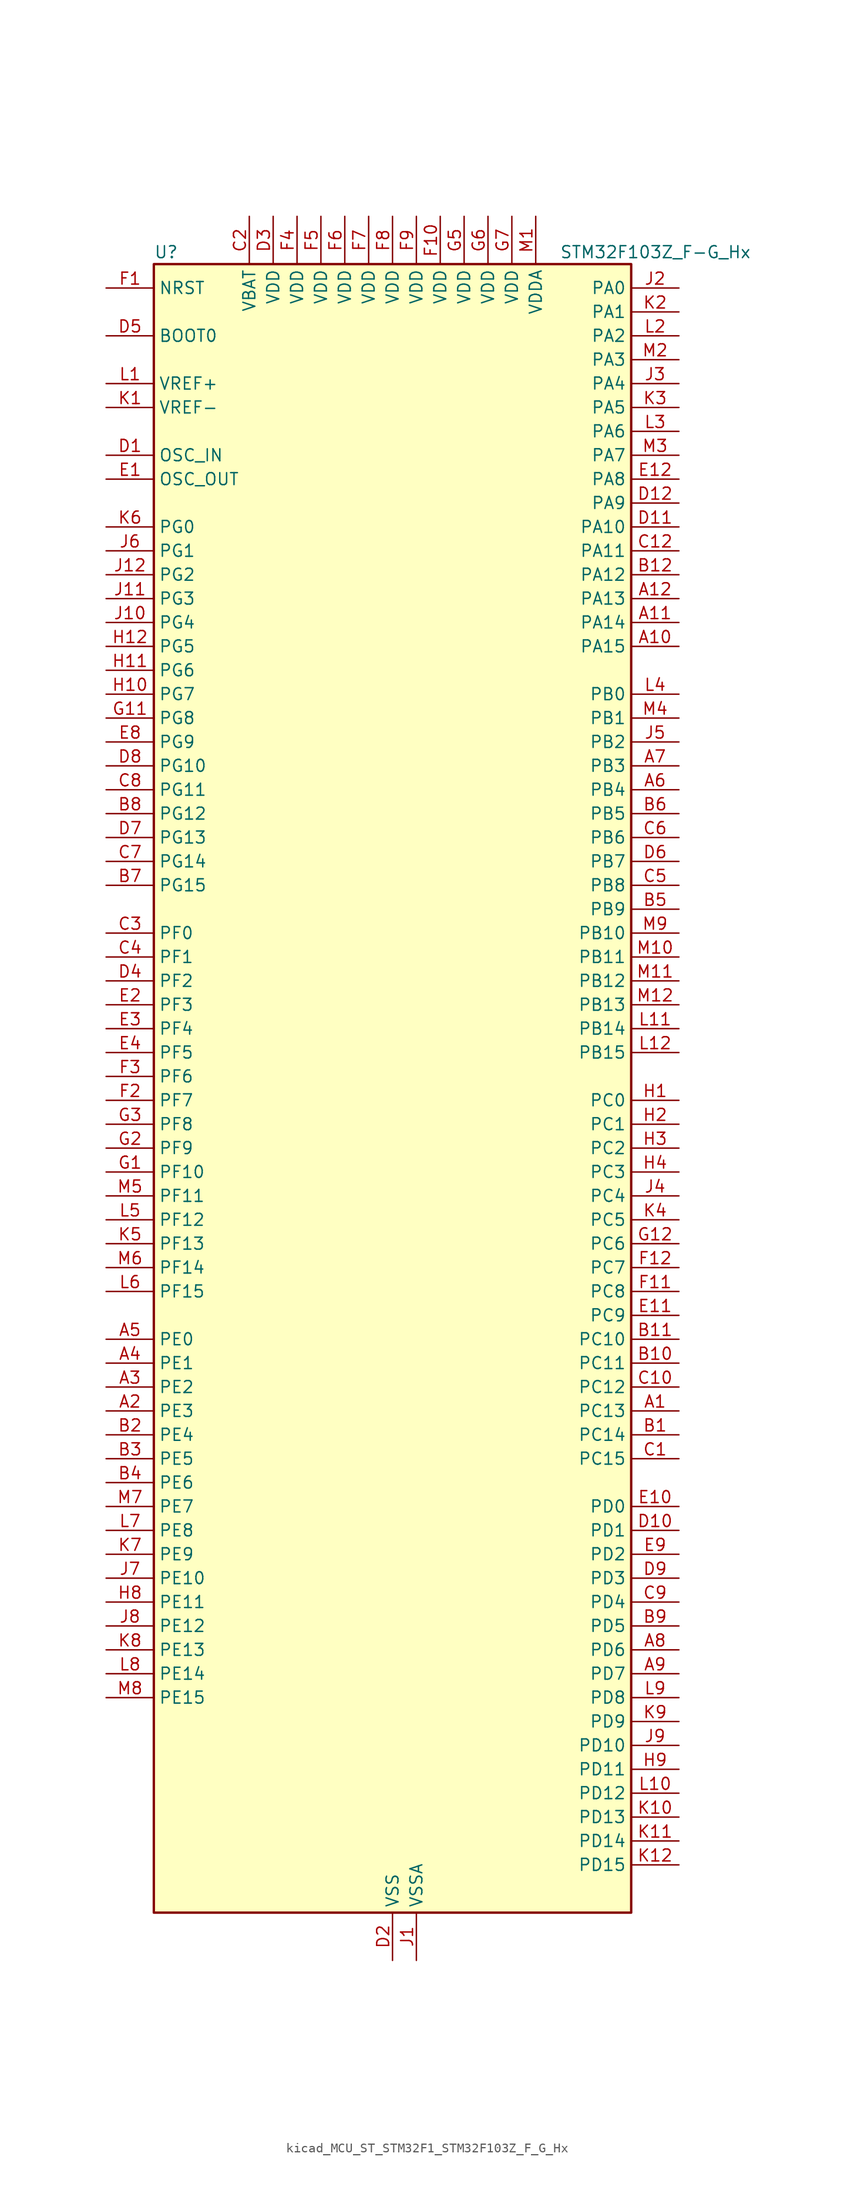
<source format=kicad_sym>
(kicad_symbol_lib
  (version 20220914)
  (generator kicad_symbol_editor)
  (symbol "kicad_MCU_ST_STM32F1_STM32F103Z_F_G_Hx"
    (property "Reference" "U"
      (at -25.4 90.17 0)
      (effects (font (size 1.27 1.27)) (justify left)))
    (property "Value" "STM32F103Z_F-G_Hx"
      (at 17.78 90.17 0)
      (effects (font (size 1.27 1.27)) (justify left)))
    (property "ki_locked" ""
      (at 0 0 0)
      (effects (font (size 1.27 1.27))))
    (symbol "kicad_MCU_ST_STM32F1_STM32F103Z_F_G_Hx_0_1"
      (rectangle (start -25.4 -86.36) (end 25.4 88.9) (stroke (width 0.254) (type default)) (fill (type background))))
    (symbol "kicad_MCU_ST_STM32F1_STM32F103Z_F_G_Hx_1_1"
      (pin bidirectional line (at 30.48 -33.02 180) (length 5.08) (name "PC13" (effects (font (size 1.27 1.27)))) (number "A1" (effects (font (size 1.27 1.27)))) (alternate "RTC_OUT" bidirectional line) (alternate "RTC_TAMPER" bidirectional line))
      (pin bidirectional line (at 30.48 48.26 180) (length 5.08) (name "PA15" (effects (font (size 1.27 1.27)))) (number "A10" (effects (font (size 1.27 1.27)))) (alternate "ADC1_EXTI15" bidirectional line) (alternate "ADC2_EXTI15" bidirectional line) (alternate "I2S3_WS" bidirectional line) (alternate "SPI1_NSS" bidirectional line) (alternate "SPI3_NSS" bidirectional line) (alternate "SYS_JTDI" bidirectional line) (alternate "TIM2_CH1" bidirectional line) (alternate "TIM2_ETR" bidirectional line))
      (pin bidirectional line (at 30.48 50.8 180) (length 5.08) (name "PA14" (effects (font (size 1.27 1.27)))) (number "A11" (effects (font (size 1.27 1.27)))) (alternate "SYS_JTCK-SWCLK" bidirectional line))
      (pin bidirectional line (at 30.48 53.34 180) (length 5.08) (name "PA13" (effects (font (size 1.27 1.27)))) (number "A12" (effects (font (size 1.27 1.27)))) (alternate "SYS_JTMS-SWDIO" bidirectional line))
      (pin bidirectional line (at -30.48 -33.02 0) (length 5.08) (name "PE3" (effects (font (size 1.27 1.27)))) (number "A2" (effects (font (size 1.27 1.27)))) (alternate "FSMC_A19" bidirectional line) (alternate "SYS_TRACED0" bidirectional line))
      (pin bidirectional line (at -30.48 -30.48 0) (length 5.08) (name "PE2" (effects (font (size 1.27 1.27)))) (number "A3" (effects (font (size 1.27 1.27)))) (alternate "FSMC_A23" bidirectional line) (alternate "SYS_TRACECLK" bidirectional line))
      (pin bidirectional line (at -30.48 -27.94 0) (length 5.08) (name "PE1" (effects (font (size 1.27 1.27)))) (number "A4" (effects (font (size 1.27 1.27)))) (alternate "FSMC_NBL1" bidirectional line))
      (pin bidirectional line (at -30.48 -25.4 0) (length 5.08) (name "PE0" (effects (font (size 1.27 1.27)))) (number "A5" (effects (font (size 1.27 1.27)))) (alternate "FSMC_NBL0" bidirectional line) (alternate "TIM4_ETR" bidirectional line))
      (pin bidirectional line (at 30.48 33.02 180) (length 5.08) (name "PB4" (effects (font (size 1.27 1.27)))) (number "A6" (effects (font (size 1.27 1.27)))) (alternate "SPI1_MISO" bidirectional line) (alternate "SPI3_MISO" bidirectional line) (alternate "SYS_NJTRST" bidirectional line) (alternate "TIM3_CH1" bidirectional line))
      (pin bidirectional line (at 30.48 35.56 180) (length 5.08) (name "PB3" (effects (font (size 1.27 1.27)))) (number "A7" (effects (font (size 1.27 1.27)))) (alternate "I2S3_CK" bidirectional line) (alternate "SPI1_SCK" bidirectional line) (alternate "SPI3_SCK" bidirectional line) (alternate "SYS_JTDO-TRACESWO" bidirectional line) (alternate "TIM2_CH2" bidirectional line))
      (pin bidirectional line (at 30.48 -58.42 180) (length 5.08) (name "PD6" (effects (font (size 1.27 1.27)))) (number "A8" (effects (font (size 1.27 1.27)))) (alternate "FSMC_NWAIT" bidirectional line) (alternate "USART2_RX" bidirectional line))
      (pin bidirectional line (at 30.48 -60.96 180) (length 5.08) (name "PD7" (effects (font (size 1.27 1.27)))) (number "A9" (effects (font (size 1.27 1.27)))) (alternate "FSMC_NCE2" bidirectional line) (alternate "FSMC_NE1" bidirectional line) (alternate "USART2_CK" bidirectional line))
      (pin bidirectional line (at 30.48 -35.56 180) (length 5.08) (name "PC14" (effects (font (size 1.27 1.27)))) (number "B1" (effects (font (size 1.27 1.27)))) (alternate "RCC_OSC32_IN" bidirectional line))
      (pin bidirectional line (at 30.48 -27.94 180) (length 5.08) (name "PC11" (effects (font (size 1.27 1.27)))) (number "B10" (effects (font (size 1.27 1.27)))) (alternate "ADC1_EXTI11" bidirectional line) (alternate "ADC2_EXTI11" bidirectional line) (alternate "SDIO_D3" bidirectional line) (alternate "UART4_RX" bidirectional line) (alternate "USART3_RX" bidirectional line))
      (pin bidirectional line (at 30.48 -25.4 180) (length 5.08) (name "PC10" (effects (font (size 1.27 1.27)))) (number "B11" (effects (font (size 1.27 1.27)))) (alternate "SDIO_D2" bidirectional line) (alternate "UART4_TX" bidirectional line) (alternate "USART3_TX" bidirectional line))
      (pin bidirectional line (at 30.48 55.88 180) (length 5.08) (name "PA12" (effects (font (size 1.27 1.27)))) (number "B12" (effects (font (size 1.27 1.27)))) (alternate "CAN_TX" bidirectional line) (alternate "TIM1_ETR" bidirectional line) (alternate "USART1_RTS" bidirectional line) (alternate "USB_DP" bidirectional line))
      (pin bidirectional line (at -30.48 -35.56 0) (length 5.08) (name "PE4" (effects (font (size 1.27 1.27)))) (number "B2" (effects (font (size 1.27 1.27)))) (alternate "FSMC_A20" bidirectional line) (alternate "SYS_TRACED1" bidirectional line))
      (pin bidirectional line (at -30.48 -38.1 0) (length 5.08) (name "PE5" (effects (font (size 1.27 1.27)))) (number "B3" (effects (font (size 1.27 1.27)))) (alternate "FSMC_A21" bidirectional line) (alternate "SYS_TRACED2" bidirectional line) (alternate "TIM9_CH1" bidirectional line))
      (pin bidirectional line (at -30.48 -40.64 0) (length 5.08) (name "PE6" (effects (font (size 1.27 1.27)))) (number "B4" (effects (font (size 1.27 1.27)))) (alternate "FSMC_A22" bidirectional line) (alternate "SYS_TRACED3" bidirectional line) (alternate "TIM9_CH2" bidirectional line))
      (pin bidirectional line (at 30.48 20.32 180) (length 5.08) (name "PB9" (effects (font (size 1.27 1.27)))) (number "B5" (effects (font (size 1.27 1.27)))) (alternate "CAN_TX" bidirectional line) (alternate "DAC_EXTI9" bidirectional line) (alternate "I2C1_SDA" bidirectional line) (alternate "SDIO_D5" bidirectional line) (alternate "TIM11_CH1" bidirectional line) (alternate "TIM4_CH4" bidirectional line))
      (pin bidirectional line (at 30.48 30.48 180) (length 5.08) (name "PB5" (effects (font (size 1.27 1.27)))) (number "B6" (effects (font (size 1.27 1.27)))) (alternate "I2C1_SMBA" bidirectional line) (alternate "I2S3_SD" bidirectional line) (alternate "SPI1_MOSI" bidirectional line) (alternate "SPI3_MOSI" bidirectional line) (alternate "TIM3_CH2" bidirectional line))
      (pin bidirectional line (at -30.48 22.86 0) (length 5.08) (name "PG15" (effects (font (size 1.27 1.27)))) (number "B7" (effects (font (size 1.27 1.27)))) (alternate "ADC1_EXTI15" bidirectional line) (alternate "ADC2_EXTI15" bidirectional line))
      (pin bidirectional line (at -30.48 30.48 0) (length 5.08) (name "PG12" (effects (font (size 1.27 1.27)))) (number "B8" (effects (font (size 1.27 1.27)))) (alternate "FSMC_NE4" bidirectional line))
      (pin bidirectional line (at 30.48 -55.88 180) (length 5.08) (name "PD5" (effects (font (size 1.27 1.27)))) (number "B9" (effects (font (size 1.27 1.27)))) (alternate "FSMC_NWE" bidirectional line) (alternate "USART2_TX" bidirectional line))
      (pin bidirectional line (at 30.48 -38.1 180) (length 5.08) (name "PC15" (effects (font (size 1.27 1.27)))) (number "C1" (effects (font (size 1.27 1.27)))) (alternate "ADC1_EXTI15" bidirectional line) (alternate "ADC2_EXTI15" bidirectional line) (alternate "RCC_OSC32_OUT" bidirectional line))
      (pin bidirectional line (at 30.48 -30.48 180) (length 5.08) (name "PC12" (effects (font (size 1.27 1.27)))) (number "C10" (effects (font (size 1.27 1.27)))) (alternate "SDIO_CK" bidirectional line) (alternate "UART5_TX" bidirectional line) (alternate "USART3_CK" bidirectional line))
      (pin no_connect line (at -25.4 -86.36 0) (length 5.08) hide (name "NC" (effects (font (size 1.27 1.27)))) (number "C11" (effects (font (size 1.27 1.27)))))
      (pin bidirectional line (at 30.48 58.42 180) (length 5.08) (name "PA11" (effects (font (size 1.27 1.27)))) (number "C12" (effects (font (size 1.27 1.27)))) (alternate "ADC1_EXTI11" bidirectional line) (alternate "ADC2_EXTI11" bidirectional line) (alternate "CAN_RX" bidirectional line) (alternate "TIM1_CH4" bidirectional line) (alternate "USART1_CTS" bidirectional line) (alternate "USB_DM" bidirectional line))
      (pin power_in line (at -15.24 93.98 270) (length 5.08) (name "VBAT" (effects (font (size 1.27 1.27)))) (number "C2" (effects (font (size 1.27 1.27)))))
      (pin bidirectional line (at -30.48 17.78 0) (length 5.08) (name "PF0" (effects (font (size 1.27 1.27)))) (number "C3" (effects (font (size 1.27 1.27)))) (alternate "FSMC_A0" bidirectional line))
      (pin bidirectional line (at -30.48 15.24 0) (length 5.08) (name "PF1" (effects (font (size 1.27 1.27)))) (number "C4" (effects (font (size 1.27 1.27)))) (alternate "FSMC_A1" bidirectional line))
      (pin bidirectional line (at 30.48 22.86 180) (length 5.08) (name "PB8" (effects (font (size 1.27 1.27)))) (number "C5" (effects (font (size 1.27 1.27)))) (alternate "CAN_RX" bidirectional line) (alternate "I2C1_SCL" bidirectional line) (alternate "SDIO_D4" bidirectional line) (alternate "TIM10_CH1" bidirectional line) (alternate "TIM4_CH3" bidirectional line))
      (pin bidirectional line (at 30.48 27.94 180) (length 5.08) (name "PB6" (effects (font (size 1.27 1.27)))) (number "C6" (effects (font (size 1.27 1.27)))) (alternate "I2C1_SCL" bidirectional line) (alternate "TIM4_CH1" bidirectional line) (alternate "USART1_TX" bidirectional line))
      (pin bidirectional line (at -30.48 25.4 0) (length 5.08) (name "PG14" (effects (font (size 1.27 1.27)))) (number "C7" (effects (font (size 1.27 1.27)))) (alternate "FSMC_A25" bidirectional line))
      (pin bidirectional line (at -30.48 33.02 0) (length 5.08) (name "PG11" (effects (font (size 1.27 1.27)))) (number "C8" (effects (font (size 1.27 1.27)))) (alternate "ADC1_EXTI11" bidirectional line) (alternate "ADC2_EXTI11" bidirectional line) (alternate "FSMC_NCE4_2" bidirectional line))
      (pin bidirectional line (at 30.48 -53.34 180) (length 5.08) (name "PD4" (effects (font (size 1.27 1.27)))) (number "C9" (effects (font (size 1.27 1.27)))) (alternate "FSMC_NOE" bidirectional line) (alternate "USART2_RTS" bidirectional line))
      (pin input line (at -30.48 68.58 0) (length 5.08) (name "OSC_IN" (effects (font (size 1.27 1.27)))) (number "D1" (effects (font (size 1.27 1.27)))) (alternate "RCC_OSC_IN" bidirectional line))
      (pin bidirectional line (at 30.48 -45.72 180) (length 5.08) (name "PD1" (effects (font (size 1.27 1.27)))) (number "D10" (effects (font (size 1.27 1.27)))) (alternate "CAN_TX" bidirectional line) (alternate "FSMC_D3" bidirectional line) (alternate "FSMC_DA3" bidirectional line))
      (pin bidirectional line (at 30.48 60.96 180) (length 5.08) (name "PA10" (effects (font (size 1.27 1.27)))) (number "D11" (effects (font (size 1.27 1.27)))) (alternate "TIM1_CH3" bidirectional line) (alternate "USART1_RX" bidirectional line))
      (pin bidirectional line (at 30.48 63.5 180) (length 5.08) (name "PA9" (effects (font (size 1.27 1.27)))) (number "D12" (effects (font (size 1.27 1.27)))) (alternate "DAC_EXTI9" bidirectional line) (alternate "TIM1_CH2" bidirectional line) (alternate "USART1_TX" bidirectional line))
      (pin power_in line (at 0 -91.44 90) (length 5.08) (name "VSS" (effects (font (size 1.27 1.27)))) (number "D2" (effects (font (size 1.27 1.27)))))
      (pin power_in line (at -12.7 93.98 270) (length 5.08) (name "VDD" (effects (font (size 1.27 1.27)))) (number "D3" (effects (font (size 1.27 1.27)))))
      (pin bidirectional line (at -30.48 12.7 0) (length 5.08) (name "PF2" (effects (font (size 1.27 1.27)))) (number "D4" (effects (font (size 1.27 1.27)))) (alternate "FSMC_A2" bidirectional line))
      (pin input line (at -30.48 81.28 0) (length 5.08) (name "BOOT0" (effects (font (size 1.27 1.27)))) (number "D5" (effects (font (size 1.27 1.27)))))
      (pin bidirectional line (at 30.48 25.4 180) (length 5.08) (name "PB7" (effects (font (size 1.27 1.27)))) (number "D6" (effects (font (size 1.27 1.27)))) (alternate "FSMC_NL" bidirectional line) (alternate "I2C1_SDA" bidirectional line) (alternate "TIM4_CH2" bidirectional line) (alternate "USART1_RX" bidirectional line))
      (pin bidirectional line (at -30.48 27.94 0) (length 5.08) (name "PG13" (effects (font (size 1.27 1.27)))) (number "D7" (effects (font (size 1.27 1.27)))) (alternate "FSMC_A24" bidirectional line))
      (pin bidirectional line (at -30.48 35.56 0) (length 5.08) (name "PG10" (effects (font (size 1.27 1.27)))) (number "D8" (effects (font (size 1.27 1.27)))) (alternate "FSMC_NCE4_1" bidirectional line) (alternate "FSMC_NE3" bidirectional line))
      (pin bidirectional line (at 30.48 -50.8 180) (length 5.08) (name "PD3" (effects (font (size 1.27 1.27)))) (number "D9" (effects (font (size 1.27 1.27)))) (alternate "FSMC_CLK" bidirectional line) (alternate "USART2_CTS" bidirectional line))
      (pin input line (at -30.48 66.04 0) (length 5.08) (name "OSC_OUT" (effects (font (size 1.27 1.27)))) (number "E1" (effects (font (size 1.27 1.27)))) (alternate "RCC_OSC_OUT" bidirectional line))
      (pin bidirectional line (at 30.48 -43.18 180) (length 5.08) (name "PD0" (effects (font (size 1.27 1.27)))) (number "E10" (effects (font (size 1.27 1.27)))) (alternate "CAN_RX" bidirectional line) (alternate "FSMC_D2" bidirectional line) (alternate "FSMC_DA2" bidirectional line))
      (pin bidirectional line (at 30.48 -22.86 180) (length 5.08) (name "PC9" (effects (font (size 1.27 1.27)))) (number "E11" (effects (font (size 1.27 1.27)))) (alternate "DAC_EXTI9" bidirectional line) (alternate "SDIO_D1" bidirectional line) (alternate "TIM3_CH4" bidirectional line) (alternate "TIM8_CH4" bidirectional line))
      (pin bidirectional line (at 30.48 66.04 180) (length 5.08) (name "PA8" (effects (font (size 1.27 1.27)))) (number "E12" (effects (font (size 1.27 1.27)))) (alternate "RCC_MCO" bidirectional line) (alternate "TIM1_CH1" bidirectional line) (alternate "USART1_CK" bidirectional line))
      (pin bidirectional line (at -30.48 10.16 0) (length 5.08) (name "PF3" (effects (font (size 1.27 1.27)))) (number "E2" (effects (font (size 1.27 1.27)))) (alternate "FSMC_A3" bidirectional line))
      (pin bidirectional line (at -30.48 7.62 0) (length 5.08) (name "PF4" (effects (font (size 1.27 1.27)))) (number "E3" (effects (font (size 1.27 1.27)))) (alternate "FSMC_A4" bidirectional line))
      (pin bidirectional line (at -30.48 5.08 0) (length 5.08) (name "PF5" (effects (font (size 1.27 1.27)))) (number "E4" (effects (font (size 1.27 1.27)))) (alternate "FSMC_A5" bidirectional line))
      (pin passive line (at 0 -91.44 90) (length 5.08) hide (name "VSS" (effects (font (size 1.27 1.27)))) (number "E5" (effects (font (size 1.27 1.27)))))
      (pin passive line (at 0 -91.44 90) (length 5.08) hide (name "VSS" (effects (font (size 1.27 1.27)))) (number "E6" (effects (font (size 1.27 1.27)))))
      (pin passive line (at 0 -91.44 90) (length 5.08) hide (name "VSS" (effects (font (size 1.27 1.27)))) (number "E7" (effects (font (size 1.27 1.27)))))
      (pin bidirectional line (at -30.48 38.1 0) (length 5.08) (name "PG9" (effects (font (size 1.27 1.27)))) (number "E8" (effects (font (size 1.27 1.27)))) (alternate "DAC_EXTI9" bidirectional line) (alternate "FSMC_NCE3" bidirectional line) (alternate "FSMC_NE2" bidirectional line))
      (pin bidirectional line (at 30.48 -48.26 180) (length 5.08) (name "PD2" (effects (font (size 1.27 1.27)))) (number "E9" (effects (font (size 1.27 1.27)))) (alternate "SDIO_CMD" bidirectional line) (alternate "TIM3_ETR" bidirectional line) (alternate "UART5_RX" bidirectional line))
      (pin input line (at -30.48 86.36 0) (length 5.08) (name "NRST" (effects (font (size 1.27 1.27)))) (number "F1" (effects (font (size 1.27 1.27)))))
      (pin power_in line (at 5.08 93.98 270) (length 5.08) (name "VDD" (effects (font (size 1.27 1.27)))) (number "F10" (effects (font (size 1.27 1.27)))))
      (pin bidirectional line (at 30.48 -20.32 180) (length 5.08) (name "PC8" (effects (font (size 1.27 1.27)))) (number "F11" (effects (font (size 1.27 1.27)))) (alternate "SDIO_D0" bidirectional line) (alternate "TIM3_CH3" bidirectional line) (alternate "TIM8_CH3" bidirectional line))
      (pin bidirectional line (at 30.48 -17.78 180) (length 5.08) (name "PC7" (effects (font (size 1.27 1.27)))) (number "F12" (effects (font (size 1.27 1.27)))) (alternate "I2S3_MCK" bidirectional line) (alternate "SDIO_D7" bidirectional line) (alternate "TIM3_CH2" bidirectional line) (alternate "TIM8_CH2" bidirectional line))
      (pin bidirectional line (at -30.48 0 0) (length 5.08) (name "PF7" (effects (font (size 1.27 1.27)))) (number "F2" (effects (font (size 1.27 1.27)))) (alternate "ADC3_IN5" bidirectional line) (alternate "FSMC_NREG" bidirectional line) (alternate "TIM11_CH1" bidirectional line))
      (pin bidirectional line (at -30.48 2.54 0) (length 5.08) (name "PF6" (effects (font (size 1.27 1.27)))) (number "F3" (effects (font (size 1.27 1.27)))) (alternate "ADC3_IN4" bidirectional line) (alternate "FSMC_NIORD" bidirectional line) (alternate "TIM10_CH1" bidirectional line))
      (pin power_in line (at -10.16 93.98 270) (length 5.08) (name "VDD" (effects (font (size 1.27 1.27)))) (number "F4" (effects (font (size 1.27 1.27)))))
      (pin power_in line (at -7.62 93.98 270) (length 5.08) (name "VDD" (effects (font (size 1.27 1.27)))) (number "F5" (effects (font (size 1.27 1.27)))))
      (pin power_in line (at -5.08 93.98 270) (length 5.08) (name "VDD" (effects (font (size 1.27 1.27)))) (number "F6" (effects (font (size 1.27 1.27)))))
      (pin power_in line (at -2.54 93.98 270) (length 5.08) (name "VDD" (effects (font (size 1.27 1.27)))) (number "F7" (effects (font (size 1.27 1.27)))))
      (pin power_in line (at 0 93.98 270) (length 5.08) (name "VDD" (effects (font (size 1.27 1.27)))) (number "F8" (effects (font (size 1.27 1.27)))))
      (pin power_in line (at 2.54 93.98 270) (length 5.08) (name "VDD" (effects (font (size 1.27 1.27)))) (number "F9" (effects (font (size 1.27 1.27)))))
      (pin bidirectional line (at -30.48 -7.62 0) (length 5.08) (name "PF10" (effects (font (size 1.27 1.27)))) (number "G1" (effects (font (size 1.27 1.27)))) (alternate "ADC3_IN8" bidirectional line) (alternate "FSMC_INTR" bidirectional line))
      (pin passive line (at 0 -91.44 90) (length 5.08) hide (name "VSS" (effects (font (size 1.27 1.27)))) (number "G10" (effects (font (size 1.27 1.27)))))
      (pin bidirectional line (at -30.48 40.64 0) (length 5.08) (name "PG8" (effects (font (size 1.27 1.27)))) (number "G11" (effects (font (size 1.27 1.27)))))
      (pin bidirectional line (at 30.48 -15.24 180) (length 5.08) (name "PC6" (effects (font (size 1.27 1.27)))) (number "G12" (effects (font (size 1.27 1.27)))) (alternate "I2S2_MCK" bidirectional line) (alternate "SDIO_D6" bidirectional line) (alternate "TIM3_CH1" bidirectional line) (alternate "TIM8_CH1" bidirectional line))
      (pin bidirectional line (at -30.48 -5.08 0) (length 5.08) (name "PF9" (effects (font (size 1.27 1.27)))) (number "G2" (effects (font (size 1.27 1.27)))) (alternate "ADC3_IN7" bidirectional line) (alternate "DAC_EXTI9" bidirectional line) (alternate "FSMC_CD" bidirectional line) (alternate "TIM14_CH1" bidirectional line))
      (pin bidirectional line (at -30.48 -2.54 0) (length 5.08) (name "PF8" (effects (font (size 1.27 1.27)))) (number "G3" (effects (font (size 1.27 1.27)))) (alternate "ADC3_IN6" bidirectional line) (alternate "FSMC_NIOWR" bidirectional line) (alternate "TIM13_CH1" bidirectional line))
      (pin passive line (at 0 -91.44 90) (length 5.08) hide (name "VSS" (effects (font (size 1.27 1.27)))) (number "G4" (effects (font (size 1.27 1.27)))))
      (pin power_in line (at 7.62 93.98 270) (length 5.08) (name "VDD" (effects (font (size 1.27 1.27)))) (number "G5" (effects (font (size 1.27 1.27)))))
      (pin power_in line (at 10.16 93.98 270) (length 5.08) (name "VDD" (effects (font (size 1.27 1.27)))) (number "G6" (effects (font (size 1.27 1.27)))))
      (pin power_in line (at 12.7 93.98 270) (length 5.08) (name "VDD" (effects (font (size 1.27 1.27)))) (number "G7" (effects (font (size 1.27 1.27)))))
      (pin passive line (at 0 -91.44 90) (length 5.08) hide (name "VSS" (effects (font (size 1.27 1.27)))) (number "G8" (effects (font (size 1.27 1.27)))))
      (pin passive line (at 0 -91.44 90) (length 5.08) hide (name "VSS" (effects (font (size 1.27 1.27)))) (number "G9" (effects (font (size 1.27 1.27)))))
      (pin bidirectional line (at 30.48 0 180) (length 5.08) (name "PC0" (effects (font (size 1.27 1.27)))) (number "H1" (effects (font (size 1.27 1.27)))) (alternate "ADC1_IN10" bidirectional line) (alternate "ADC2_IN10" bidirectional line) (alternate "ADC3_IN10" bidirectional line))
      (pin bidirectional line (at -30.48 43.18 0) (length 5.08) (name "PG7" (effects (font (size 1.27 1.27)))) (number "H10" (effects (font (size 1.27 1.27)))) (alternate "FSMC_INT3" bidirectional line))
      (pin bidirectional line (at -30.48 45.72 0) (length 5.08) (name "PG6" (effects (font (size 1.27 1.27)))) (number "H11" (effects (font (size 1.27 1.27)))) (alternate "FSMC_INT2" bidirectional line))
      (pin bidirectional line (at -30.48 48.26 0) (length 5.08) (name "PG5" (effects (font (size 1.27 1.27)))) (number "H12" (effects (font (size 1.27 1.27)))) (alternate "FSMC_A15" bidirectional line))
      (pin bidirectional line (at 30.48 -2.54 180) (length 5.08) (name "PC1" (effects (font (size 1.27 1.27)))) (number "H2" (effects (font (size 1.27 1.27)))) (alternate "ADC1_IN11" bidirectional line) (alternate "ADC2_IN11" bidirectional line) (alternate "ADC3_IN11" bidirectional line))
      (pin bidirectional line (at 30.48 -5.08 180) (length 5.08) (name "PC2" (effects (font (size 1.27 1.27)))) (number "H3" (effects (font (size 1.27 1.27)))) (alternate "ADC1_IN12" bidirectional line) (alternate "ADC2_IN12" bidirectional line) (alternate "ADC3_IN12" bidirectional line))
      (pin bidirectional line (at 30.48 -7.62 180) (length 5.08) (name "PC3" (effects (font (size 1.27 1.27)))) (number "H4" (effects (font (size 1.27 1.27)))) (alternate "ADC1_IN13" bidirectional line) (alternate "ADC2_IN13" bidirectional line) (alternate "ADC3_IN13" bidirectional line))
      (pin passive line (at 0 -91.44 90) (length 5.08) hide (name "VSS" (effects (font (size 1.27 1.27)))) (number "H5" (effects (font (size 1.27 1.27)))))
      (pin passive line (at 0 -91.44 90) (length 5.08) hide (name "VSS" (effects (font (size 1.27 1.27)))) (number "H6" (effects (font (size 1.27 1.27)))))
      (pin passive line (at 0 -91.44 90) (length 5.08) hide (name "VSS" (effects (font (size 1.27 1.27)))) (number "H7" (effects (font (size 1.27 1.27)))))
      (pin bidirectional line (at -30.48 -53.34 0) (length 5.08) (name "PE11" (effects (font (size 1.27 1.27)))) (number "H8" (effects (font (size 1.27 1.27)))) (alternate "ADC1_EXTI11" bidirectional line) (alternate "ADC2_EXTI11" bidirectional line) (alternate "FSMC_D8" bidirectional line) (alternate "FSMC_DA8" bidirectional line) (alternate "TIM1_CH2" bidirectional line))
      (pin bidirectional line (at 30.48 -71.12 180) (length 5.08) (name "PD11" (effects (font (size 1.27 1.27)))) (number "H9" (effects (font (size 1.27 1.27)))) (alternate "ADC1_EXTI11" bidirectional line) (alternate "ADC2_EXTI11" bidirectional line) (alternate "FSMC_A16" bidirectional line) (alternate "FSMC_CLE" bidirectional line) (alternate "USART3_CTS" bidirectional line))
      (pin power_in line (at 2.54 -91.44 90) (length 5.08) (name "VSSA" (effects (font (size 1.27 1.27)))) (number "J1" (effects (font (size 1.27 1.27)))))
      (pin bidirectional line (at -30.48 50.8 0) (length 5.08) (name "PG4" (effects (font (size 1.27 1.27)))) (number "J10" (effects (font (size 1.27 1.27)))) (alternate "FSMC_A14" bidirectional line))
      (pin bidirectional line (at -30.48 53.34 0) (length 5.08) (name "PG3" (effects (font (size 1.27 1.27)))) (number "J11" (effects (font (size 1.27 1.27)))) (alternate "FSMC_A13" bidirectional line))
      (pin bidirectional line (at -30.48 55.88 0) (length 5.08) (name "PG2" (effects (font (size 1.27 1.27)))) (number "J12" (effects (font (size 1.27 1.27)))) (alternate "FSMC_A12" bidirectional line))
      (pin bidirectional line (at 30.48 86.36 180) (length 5.08) (name "PA0" (effects (font (size 1.27 1.27)))) (number "J2" (effects (font (size 1.27 1.27)))) (alternate "ADC1_IN0" bidirectional line) (alternate "ADC2_IN0" bidirectional line) (alternate "ADC3_IN0" bidirectional line) (alternate "SYS_WKUP" bidirectional line) (alternate "TIM2_CH1" bidirectional line) (alternate "TIM2_ETR" bidirectional line) (alternate "TIM5_CH1" bidirectional line) (alternate "TIM8_ETR" bidirectional line) (alternate "USART2_CTS" bidirectional line))
      (pin bidirectional line (at 30.48 76.2 180) (length 5.08) (name "PA4" (effects (font (size 1.27 1.27)))) (number "J3" (effects (font (size 1.27 1.27)))) (alternate "ADC1_IN4" bidirectional line) (alternate "ADC2_IN4" bidirectional line) (alternate "DAC_OUT1" bidirectional line) (alternate "SPI1_NSS" bidirectional line) (alternate "USART2_CK" bidirectional line))
      (pin bidirectional line (at 30.48 -10.16 180) (length 5.08) (name "PC4" (effects (font (size 1.27 1.27)))) (number "J4" (effects (font (size 1.27 1.27)))) (alternate "ADC1_IN14" bidirectional line) (alternate "ADC2_IN14" bidirectional line))
      (pin bidirectional line (at 30.48 38.1 180) (length 5.08) (name "PB2" (effects (font (size 1.27 1.27)))) (number "J5" (effects (font (size 1.27 1.27)))))
      (pin bidirectional line (at -30.48 58.42 0) (length 5.08) (name "PG1" (effects (font (size 1.27 1.27)))) (number "J6" (effects (font (size 1.27 1.27)))) (alternate "FSMC_A11" bidirectional line))
      (pin bidirectional line (at -30.48 -50.8 0) (length 5.08) (name "PE10" (effects (font (size 1.27 1.27)))) (number "J7" (effects (font (size 1.27 1.27)))) (alternate "FSMC_D7" bidirectional line) (alternate "FSMC_DA7" bidirectional line) (alternate "TIM1_CH2N" bidirectional line))
      (pin bidirectional line (at -30.48 -55.88 0) (length 5.08) (name "PE12" (effects (font (size 1.27 1.27)))) (number "J8" (effects (font (size 1.27 1.27)))) (alternate "FSMC_D9" bidirectional line) (alternate "FSMC_DA9" bidirectional line) (alternate "TIM1_CH3N" bidirectional line))
      (pin bidirectional line (at 30.48 -68.58 180) (length 5.08) (name "PD10" (effects (font (size 1.27 1.27)))) (number "J9" (effects (font (size 1.27 1.27)))) (alternate "FSMC_D15" bidirectional line) (alternate "FSMC_DA15" bidirectional line) (alternate "USART3_CK" bidirectional line))
      (pin input line (at -30.48 73.66 0) (length 5.08) (name "VREF-" (effects (font (size 1.27 1.27)))) (number "K1" (effects (font (size 1.27 1.27)))))
      (pin bidirectional line (at 30.48 -76.2 180) (length 5.08) (name "PD13" (effects (font (size 1.27 1.27)))) (number "K10" (effects (font (size 1.27 1.27)))) (alternate "FSMC_A18" bidirectional line) (alternate "TIM4_CH2" bidirectional line))
      (pin bidirectional line (at 30.48 -78.74 180) (length 5.08) (name "PD14" (effects (font (size 1.27 1.27)))) (number "K11" (effects (font (size 1.27 1.27)))) (alternate "FSMC_D0" bidirectional line) (alternate "FSMC_DA0" bidirectional line) (alternate "TIM4_CH3" bidirectional line))
      (pin bidirectional line (at 30.48 -81.28 180) (length 5.08) (name "PD15" (effects (font (size 1.27 1.27)))) (number "K12" (effects (font (size 1.27 1.27)))) (alternate "ADC1_EXTI15" bidirectional line) (alternate "ADC2_EXTI15" bidirectional line) (alternate "FSMC_D1" bidirectional line) (alternate "FSMC_DA1" bidirectional line) (alternate "TIM4_CH4" bidirectional line))
      (pin bidirectional line (at 30.48 83.82 180) (length 5.08) (name "PA1" (effects (font (size 1.27 1.27)))) (number "K2" (effects (font (size 1.27 1.27)))) (alternate "ADC1_IN1" bidirectional line) (alternate "ADC2_IN1" bidirectional line) (alternate "ADC3_IN1" bidirectional line) (alternate "TIM2_CH2" bidirectional line) (alternate "TIM5_CH2" bidirectional line) (alternate "USART2_RTS" bidirectional line))
      (pin bidirectional line (at 30.48 73.66 180) (length 5.08) (name "PA5" (effects (font (size 1.27 1.27)))) (number "K3" (effects (font (size 1.27 1.27)))) (alternate "ADC1_IN5" bidirectional line) (alternate "ADC2_IN5" bidirectional line) (alternate "DAC_OUT2" bidirectional line) (alternate "SPI1_SCK" bidirectional line))
      (pin bidirectional line (at 30.48 -12.7 180) (length 5.08) (name "PC5" (effects (font (size 1.27 1.27)))) (number "K4" (effects (font (size 1.27 1.27)))) (alternate "ADC1_IN15" bidirectional line) (alternate "ADC2_IN15" bidirectional line))
      (pin bidirectional line (at -30.48 -15.24 0) (length 5.08) (name "PF13" (effects (font (size 1.27 1.27)))) (number "K5" (effects (font (size 1.27 1.27)))) (alternate "FSMC_A7" bidirectional line))
      (pin bidirectional line (at -30.48 60.96 0) (length 5.08) (name "PG0" (effects (font (size 1.27 1.27)))) (number "K6" (effects (font (size 1.27 1.27)))) (alternate "FSMC_A10" bidirectional line))
      (pin bidirectional line (at -30.48 -48.26 0) (length 5.08) (name "PE9" (effects (font (size 1.27 1.27)))) (number "K7" (effects (font (size 1.27 1.27)))) (alternate "DAC_EXTI9" bidirectional line) (alternate "FSMC_D6" bidirectional line) (alternate "FSMC_DA6" bidirectional line) (alternate "TIM1_CH1" bidirectional line))
      (pin bidirectional line (at -30.48 -58.42 0) (length 5.08) (name "PE13" (effects (font (size 1.27 1.27)))) (number "K8" (effects (font (size 1.27 1.27)))) (alternate "FSMC_D10" bidirectional line) (alternate "FSMC_DA10" bidirectional line) (alternate "TIM1_CH3" bidirectional line))
      (pin bidirectional line (at 30.48 -66.04 180) (length 5.08) (name "PD9" (effects (font (size 1.27 1.27)))) (number "K9" (effects (font (size 1.27 1.27)))) (alternate "DAC_EXTI9" bidirectional line) (alternate "FSMC_D14" bidirectional line) (alternate "FSMC_DA14" bidirectional line) (alternate "USART3_RX" bidirectional line))
      (pin input line (at -30.48 76.2 0) (length 5.08) (name "VREF+" (effects (font (size 1.27 1.27)))) (number "L1" (effects (font (size 1.27 1.27)))))
      (pin bidirectional line (at 30.48 -73.66 180) (length 5.08) (name "PD12" (effects (font (size 1.27 1.27)))) (number "L10" (effects (font (size 1.27 1.27)))) (alternate "FSMC_A17" bidirectional line) (alternate "FSMC_ALE" bidirectional line) (alternate "TIM4_CH1" bidirectional line) (alternate "USART3_RTS" bidirectional line))
      (pin bidirectional line (at 30.48 7.62 180) (length 5.08) (name "PB14" (effects (font (size 1.27 1.27)))) (number "L11" (effects (font (size 1.27 1.27)))) (alternate "SPI2_MISO" bidirectional line) (alternate "TIM12_CH1" bidirectional line) (alternate "TIM1_CH2N" bidirectional line) (alternate "USART3_RTS" bidirectional line))
      (pin bidirectional line (at 30.48 5.08 180) (length 5.08) (name "PB15" (effects (font (size 1.27 1.27)))) (number "L12" (effects (font (size 1.27 1.27)))) (alternate "ADC1_EXTI15" bidirectional line) (alternate "ADC2_EXTI15" bidirectional line) (alternate "I2S2_SD" bidirectional line) (alternate "SPI2_MOSI" bidirectional line) (alternate "TIM12_CH2" bidirectional line) (alternate "TIM1_CH3N" bidirectional line))
      (pin bidirectional line (at 30.48 81.28 180) (length 5.08) (name "PA2" (effects (font (size 1.27 1.27)))) (number "L2" (effects (font (size 1.27 1.27)))) (alternate "ADC1_IN2" bidirectional line) (alternate "ADC2_IN2" bidirectional line) (alternate "ADC3_IN2" bidirectional line) (alternate "TIM2_CH3" bidirectional line) (alternate "TIM5_CH3" bidirectional line) (alternate "TIM9_CH1" bidirectional line) (alternate "USART2_TX" bidirectional line))
      (pin bidirectional line (at 30.48 71.12 180) (length 5.08) (name "PA6" (effects (font (size 1.27 1.27)))) (number "L3" (effects (font (size 1.27 1.27)))) (alternate "ADC1_IN6" bidirectional line) (alternate "ADC2_IN6" bidirectional line) (alternate "SPI1_MISO" bidirectional line) (alternate "TIM13_CH1" bidirectional line) (alternate "TIM1_BKIN" bidirectional line) (alternate "TIM3_CH1" bidirectional line) (alternate "TIM8_BKIN" bidirectional line))
      (pin bidirectional line (at 30.48 43.18 180) (length 5.08) (name "PB0" (effects (font (size 1.27 1.27)))) (number "L4" (effects (font (size 1.27 1.27)))) (alternate "ADC1_IN8" bidirectional line) (alternate "ADC2_IN8" bidirectional line) (alternate "TIM1_CH2N" bidirectional line) (alternate "TIM3_CH3" bidirectional line) (alternate "TIM8_CH2N" bidirectional line))
      (pin bidirectional line (at -30.48 -12.7 0) (length 5.08) (name "PF12" (effects (font (size 1.27 1.27)))) (number "L5" (effects (font (size 1.27 1.27)))) (alternate "FSMC_A6" bidirectional line))
      (pin bidirectional line (at -30.48 -20.32 0) (length 5.08) (name "PF15" (effects (font (size 1.27 1.27)))) (number "L6" (effects (font (size 1.27 1.27)))) (alternate "ADC1_EXTI15" bidirectional line) (alternate "ADC2_EXTI15" bidirectional line) (alternate "FSMC_A9" bidirectional line))
      (pin bidirectional line (at -30.48 -45.72 0) (length 5.08) (name "PE8" (effects (font (size 1.27 1.27)))) (number "L7" (effects (font (size 1.27 1.27)))) (alternate "FSMC_D5" bidirectional line) (alternate "FSMC_DA5" bidirectional line) (alternate "TIM1_CH1N" bidirectional line))
      (pin bidirectional line (at -30.48 -60.96 0) (length 5.08) (name "PE14" (effects (font (size 1.27 1.27)))) (number "L8" (effects (font (size 1.27 1.27)))) (alternate "FSMC_D11" bidirectional line) (alternate "FSMC_DA11" bidirectional line) (alternate "TIM1_CH4" bidirectional line))
      (pin bidirectional line (at 30.48 -63.5 180) (length 5.08) (name "PD8" (effects (font (size 1.27 1.27)))) (number "L9" (effects (font (size 1.27 1.27)))) (alternate "FSMC_D13" bidirectional line) (alternate "FSMC_DA13" bidirectional line) (alternate "USART3_TX" bidirectional line))
      (pin power_in line (at 15.24 93.98 270) (length 5.08) (name "VDDA" (effects (font (size 1.27 1.27)))) (number "M1" (effects (font (size 1.27 1.27)))))
      (pin bidirectional line (at 30.48 15.24 180) (length 5.08) (name "PB11" (effects (font (size 1.27 1.27)))) (number "M10" (effects (font (size 1.27 1.27)))) (alternate "ADC1_EXTI11" bidirectional line) (alternate "ADC2_EXTI11" bidirectional line) (alternate "I2C2_SDA" bidirectional line) (alternate "TIM2_CH4" bidirectional line) (alternate "USART3_RX" bidirectional line))
      (pin bidirectional line (at 30.48 12.7 180) (length 5.08) (name "PB12" (effects (font (size 1.27 1.27)))) (number "M11" (effects (font (size 1.27 1.27)))) (alternate "I2C2_SMBA" bidirectional line) (alternate "I2S2_WS" bidirectional line) (alternate "SPI2_NSS" bidirectional line) (alternate "TIM1_BKIN" bidirectional line) (alternate "USART3_CK" bidirectional line))
      (pin bidirectional line (at 30.48 10.16 180) (length 5.08) (name "PB13" (effects (font (size 1.27 1.27)))) (number "M12" (effects (font (size 1.27 1.27)))) (alternate "I2S2_CK" bidirectional line) (alternate "SPI2_SCK" bidirectional line) (alternate "TIM1_CH1N" bidirectional line) (alternate "USART3_CTS" bidirectional line))
      (pin bidirectional line (at 30.48 78.74 180) (length 5.08) (name "PA3" (effects (font (size 1.27 1.27)))) (number "M2" (effects (font (size 1.27 1.27)))) (alternate "ADC1_IN3" bidirectional line) (alternate "ADC2_IN3" bidirectional line) (alternate "ADC3_IN3" bidirectional line) (alternate "TIM2_CH4" bidirectional line) (alternate "TIM5_CH4" bidirectional line) (alternate "TIM9_CH2" bidirectional line) (alternate "USART2_RX" bidirectional line))
      (pin bidirectional line (at 30.48 68.58 180) (length 5.08) (name "PA7" (effects (font (size 1.27 1.27)))) (number "M3" (effects (font (size 1.27 1.27)))) (alternate "ADC1_IN7" bidirectional line) (alternate "ADC2_IN7" bidirectional line) (alternate "SPI1_MOSI" bidirectional line) (alternate "TIM14_CH1" bidirectional line) (alternate "TIM1_CH1N" bidirectional line) (alternate "TIM3_CH2" bidirectional line) (alternate "TIM8_CH1N" bidirectional line))
      (pin bidirectional line (at 30.48 40.64 180) (length 5.08) (name "PB1" (effects (font (size 1.27 1.27)))) (number "M4" (effects (font (size 1.27 1.27)))) (alternate "ADC1_IN9" bidirectional line) (alternate "ADC2_IN9" bidirectional line) (alternate "TIM1_CH3N" bidirectional line) (alternate "TIM3_CH4" bidirectional line) (alternate "TIM8_CH3N" bidirectional line))
      (pin bidirectional line (at -30.48 -10.16 0) (length 5.08) (name "PF11" (effects (font (size 1.27 1.27)))) (number "M5" (effects (font (size 1.27 1.27)))) (alternate "ADC1_EXTI11" bidirectional line) (alternate "ADC2_EXTI11" bidirectional line) (alternate "FSMC_NIOS16" bidirectional line))
      (pin bidirectional line (at -30.48 -17.78 0) (length 5.08) (name "PF14" (effects (font (size 1.27 1.27)))) (number "M6" (effects (font (size 1.27 1.27)))) (alternate "FSMC_A8" bidirectional line))
      (pin bidirectional line (at -30.48 -43.18 0) (length 5.08) (name "PE7" (effects (font (size 1.27 1.27)))) (number "M7" (effects (font (size 1.27 1.27)))) (alternate "FSMC_D4" bidirectional line) (alternate "FSMC_DA4" bidirectional line) (alternate "TIM1_ETR" bidirectional line))
      (pin bidirectional line (at -30.48 -63.5 0) (length 5.08) (name "PE15" (effects (font (size 1.27 1.27)))) (number "M8" (effects (font (size 1.27 1.27)))) (alternate "ADC1_EXTI15" bidirectional line) (alternate "ADC2_EXTI15" bidirectional line) (alternate "FSMC_D12" bidirectional line) (alternate "FSMC_DA12" bidirectional line) (alternate "TIM1_BKIN" bidirectional line))
      (pin bidirectional line (at 30.48 17.78 180) (length 5.08) (name "PB10" (effects (font (size 1.27 1.27)))) (number "M9" (effects (font (size 1.27 1.27)))) (alternate "I2C2_SCL" bidirectional line) (alternate "TIM2_CH3" bidirectional line) (alternate "USART3_TX" bidirectional line)))))
</source>
